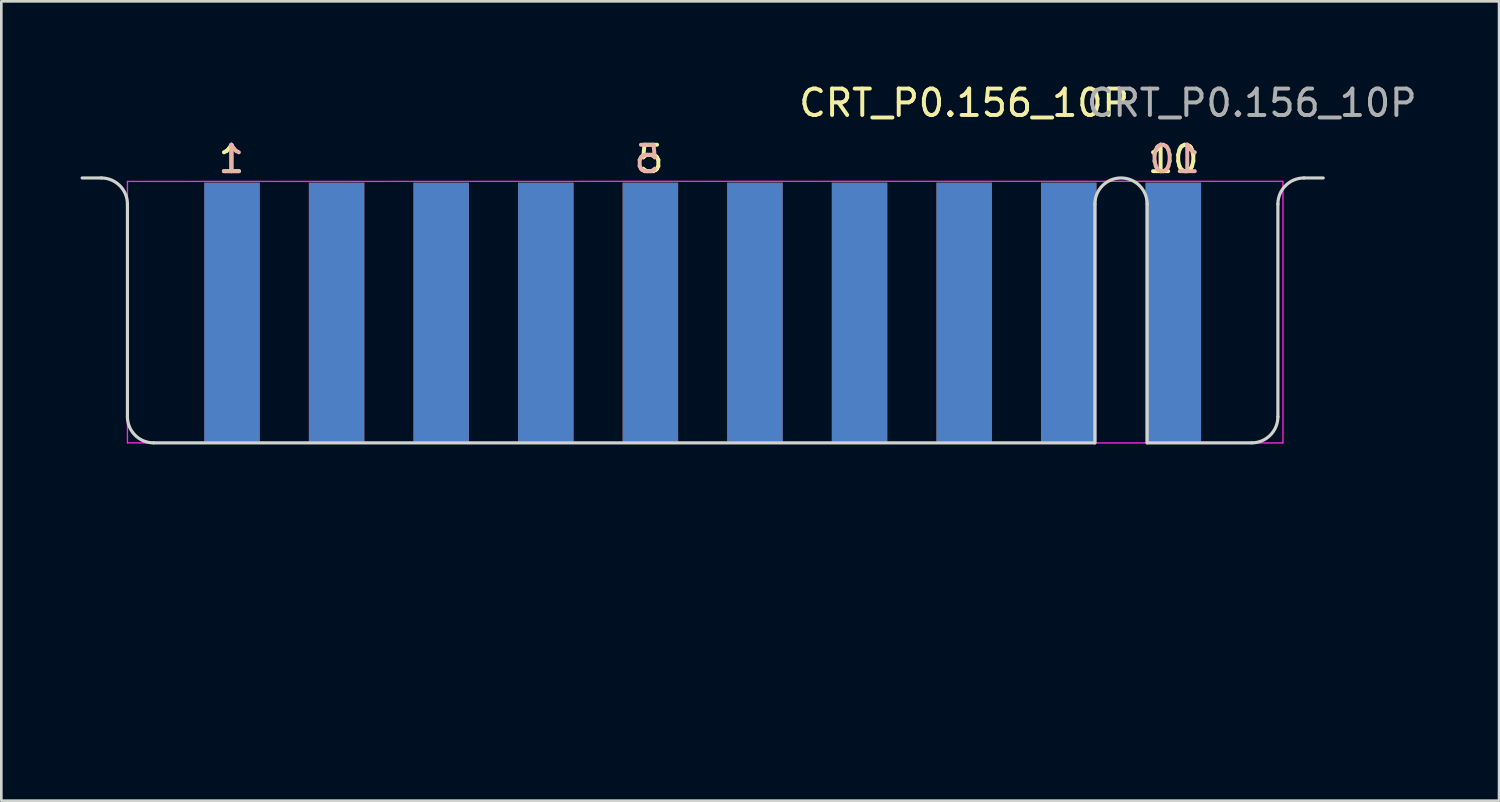
<source format=kicad_pcb>
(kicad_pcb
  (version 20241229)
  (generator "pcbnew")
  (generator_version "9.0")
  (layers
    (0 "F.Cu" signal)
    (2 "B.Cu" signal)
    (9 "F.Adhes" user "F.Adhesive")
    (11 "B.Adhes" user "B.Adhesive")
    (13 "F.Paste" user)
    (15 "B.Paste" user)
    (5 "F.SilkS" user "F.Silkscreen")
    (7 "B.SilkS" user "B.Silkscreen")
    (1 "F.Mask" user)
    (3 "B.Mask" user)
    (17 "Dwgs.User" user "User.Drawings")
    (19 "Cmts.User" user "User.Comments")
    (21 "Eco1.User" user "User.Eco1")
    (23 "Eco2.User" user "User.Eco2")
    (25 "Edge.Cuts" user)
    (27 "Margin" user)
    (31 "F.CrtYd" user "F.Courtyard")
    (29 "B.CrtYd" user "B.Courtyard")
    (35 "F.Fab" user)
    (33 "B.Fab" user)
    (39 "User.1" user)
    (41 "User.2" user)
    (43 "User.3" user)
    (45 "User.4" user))
  (footprint "CRT_P0.156_10P"
    (layer "F.Cu")
    (at 23.555 8.768)
    (property "Reference" "CRT_P0.156_10P" (at 9.9 -7.92 0) (layer "F.SilkS") (effects (font (size 1 1) (thickness 0.15))))
    (attr exclude_from_pos_files exclude_from_bom)
    (fp_line (start -22.77 -5.08) (end -23.495 -5.08) (stroke (width 0.12) (type default)) (layer "Edge.Cuts"))
    (fp_line (start -21.78 3.96) (end -21.78 -4.09) (stroke (width 0.12) (type default)) (layer "Edge.Cuts"))
    (fp_line (start 14.85 4.95) (end -20.79 4.95) (stroke (width 0.12) (type default)) (layer "Edge.Cuts"))
    (fp_line (start 14.85 4.95) (end 14.85 -4.09) (stroke (width 0.12) (type default)) (layer "Edge.Cuts"))
    (fp_line (start 16.83 -4.09) (end 16.83 4.95) (stroke (width 0.12) (type default)) (layer "Edge.Cuts"))
    (fp_line (start 16.83 4.95) (end 20.79 4.95) (stroke (width 0.12) (type default)) (layer "Edge.Cuts"))
    (fp_line (start 21.78 3.96) (end 21.78 -4.09) (stroke (width 0.12) (type default)) (layer "Edge.Cuts"))
    (fp_line (start 22.77 -5.08) (end 23.495 -5.08) (stroke (width 0.12) (type default)) (layer "Edge.Cuts"))
    (fp_arc (start -22.77 -5.08) (mid -22.069964 -4.790036) (end -21.78 -4.09) (stroke (width 0.12) (type default)) (layer "Edge.Cuts"))
    (fp_arc (start -20.79 4.95) (mid -21.490036 4.660036) (end -21.78 3.96) (stroke (width 0.12) (type default)) (layer "Edge.Cuts"))
    (fp_arc (start 14.85 -4.09) (mid 15.84 -5.08) (end 16.83 -4.09) (stroke (width 0.12) (type default)) (layer "Edge.Cuts"))
    (fp_arc (start 21.78 -4.09) (mid 22.069964 -4.790036) (end 22.77 -5.08) (stroke (width 0.12) (type default)) (layer "Edge.Cuts"))
    (fp_arc (start 21.78 3.96) (mid 21.490036 4.660036) (end 20.79 4.95) (stroke (width 0.12) (type default)) (layer "Edge.Cuts"))
    (fp_line (start -21.78 -4.95) (end 21.971 -4.953) (stroke (width 0.05) (type default)) (layer "F.CrtYd"))
    (fp_line (start -21.78 4.95) (end -21.78 -4.95) (stroke (width 0.05) (type default)) (layer "F.CrtYd"))
    (fp_line (start -21.78 4.95) (end 21.971 4.953) (stroke (width 0.05) (type default)) (layer "F.CrtYd"))
    (fp_line (start 21.971 4.953) (end 21.971 -4.953) (stroke (width 0.05) (type default)) (layer "F.CrtYd"))
    (fp_text user "1" (at -18.415 -5.207 0) (unlocked yes) (layer "F.SilkS") (effects (font (size 1 1) (thickness 0.15)) (justify left bottom)))
    (fp_text user "10" (at 16.764 -5.207 0) (unlocked yes) (layer "F.SilkS") (effects (font (size 1 1) (thickness 0.15)) (justify left bottom)))
    (fp_text user "5" (at -2.54 -5.207 0) (unlocked yes) (layer "F.SilkS") (effects (font (size 1 1) (thickness 0.15)) (justify left bottom)))
    (fp_text user "1" (at -17.272 -5.207 0) (unlocked yes) (layer "B.SilkS") (effects (font (size 1 1) (thickness 0.15)) (justify left bottom mirror)))
    (fp_text user "10" (at 18.923 -5.207 0) (unlocked yes) (layer "B.SilkS") (effects (font (size 1 1) (thickness 0.15)) (justify left bottom mirror)))
    (fp_text user "5" (at -1.524 -5.207 0) (unlocked yes) (layer "B.SilkS") (effects (font (size 1 1) (thickness 0.15)) (justify left bottom mirror)))
    (fp_text user "${REFERENCE}" (at 20.79 -7.92 0) (layer "F.Fab") (effects (font (size 1 1) (thickness 0.15))))
    (dimension (type aligned) (layer "User.1") (pts (xy 1.775 13.718) (xy 45.335 13.718)) (height 9.9) (format (prefix "") (suffix "") (units 3) (units_format 1) (precision 4)) (style (thickness 0.12) (arrow_length 1.27) (text_position_mode 0) (arrow_direction outward) (extension_height 0.586) (extension_offset 0.5) (keep_text_aligned yes)) (gr_text "43.5600 mm" (at 23.555 22.468 0) (layer "User.1") (effects (font (size 1 1) (thickness 0.15)))))
    (pad "1" connect rect (at -17.82 0) (size 2.1 9.8) (layers "F.Cu" "F.Mask"))
    (pad "1" connect rect (at -17.82 0) (size 2.1 9.8) (layers "B.Cu" "B.Mask"))
    (pad "2" connect rect (at -13.86 0) (size 2.1 9.8) (layers "F.Cu" "F.Mask"))
    (pad "2" connect rect (at -13.86 0) (size 2.1 9.8) (layers "B.Cu" "B.Mask"))
    (pad "3" connect rect (at -9.9 0) (size 2.1 9.8) (layers "F.Cu" "F.Mask"))
    (pad "3" connect rect (at -9.9 0) (size 2.1 9.8) (layers "B.Cu" "B.Mask"))
    (pad "4" connect rect (at -5.94 0) (size 2.1 9.8) (layers "F.Cu" "F.Mask"))
    (pad "4" connect rect (at -5.94 0) (size 2.1 9.8) (layers "B.Cu" "B.Mask"))
    (pad "5" connect rect (at -1.98 0) (size 2.1 9.8) (layers "F.Cu" "F.Mask"))
    (pad "5" connect rect (at -1.98 0) (size 2.1 9.8) (layers "B.Cu" "B.Mask"))
    (pad "6" connect rect (at 1.98 0) (size 2.1 9.8) (layers "F.Cu" "F.Mask"))
    (pad "6" connect rect (at 1.98 0) (size 2.1 9.8) (layers "B.Cu" "B.Mask"))
    (pad "7" connect rect (at 5.94 0) (size 2.1 9.8) (layers "F.Cu" "F.Mask"))
    (pad "7" connect rect (at 5.94 0) (size 2.1 9.8) (layers "B.Cu" "B.Mask"))
    (pad "8" connect rect (at 9.9 0) (size 2.1 9.8) (layers "F.Cu" "F.Mask"))
    (pad "8" connect rect (at 9.9 0) (size 2.1 9.8) (layers "B.Cu" "B.Mask"))
    (pad "9" connect rect (at 13.86 0) (size 2.1 9.8) (layers "F.Cu" "F.Mask"))
    (pad "9" connect rect (at 13.86 0) (size 2.1 9.8) (layers "B.Cu" "B.Mask"))
    (pad "10" connect rect (at 17.82 0) (size 2.1 9.8) (layers "F.Cu" "F.Mask"))
    (pad "10" connect rect (at 17.82 0) (size 2.1 9.8) (layers "B.Cu" "B.Mask")))
  (gr_rect
    (start -3 -3)
    (end 53.708 27.265)
    (stroke (width 0.1) (type default))
    (fill no)
    (layer "Edge.Cuts")))
</source>
